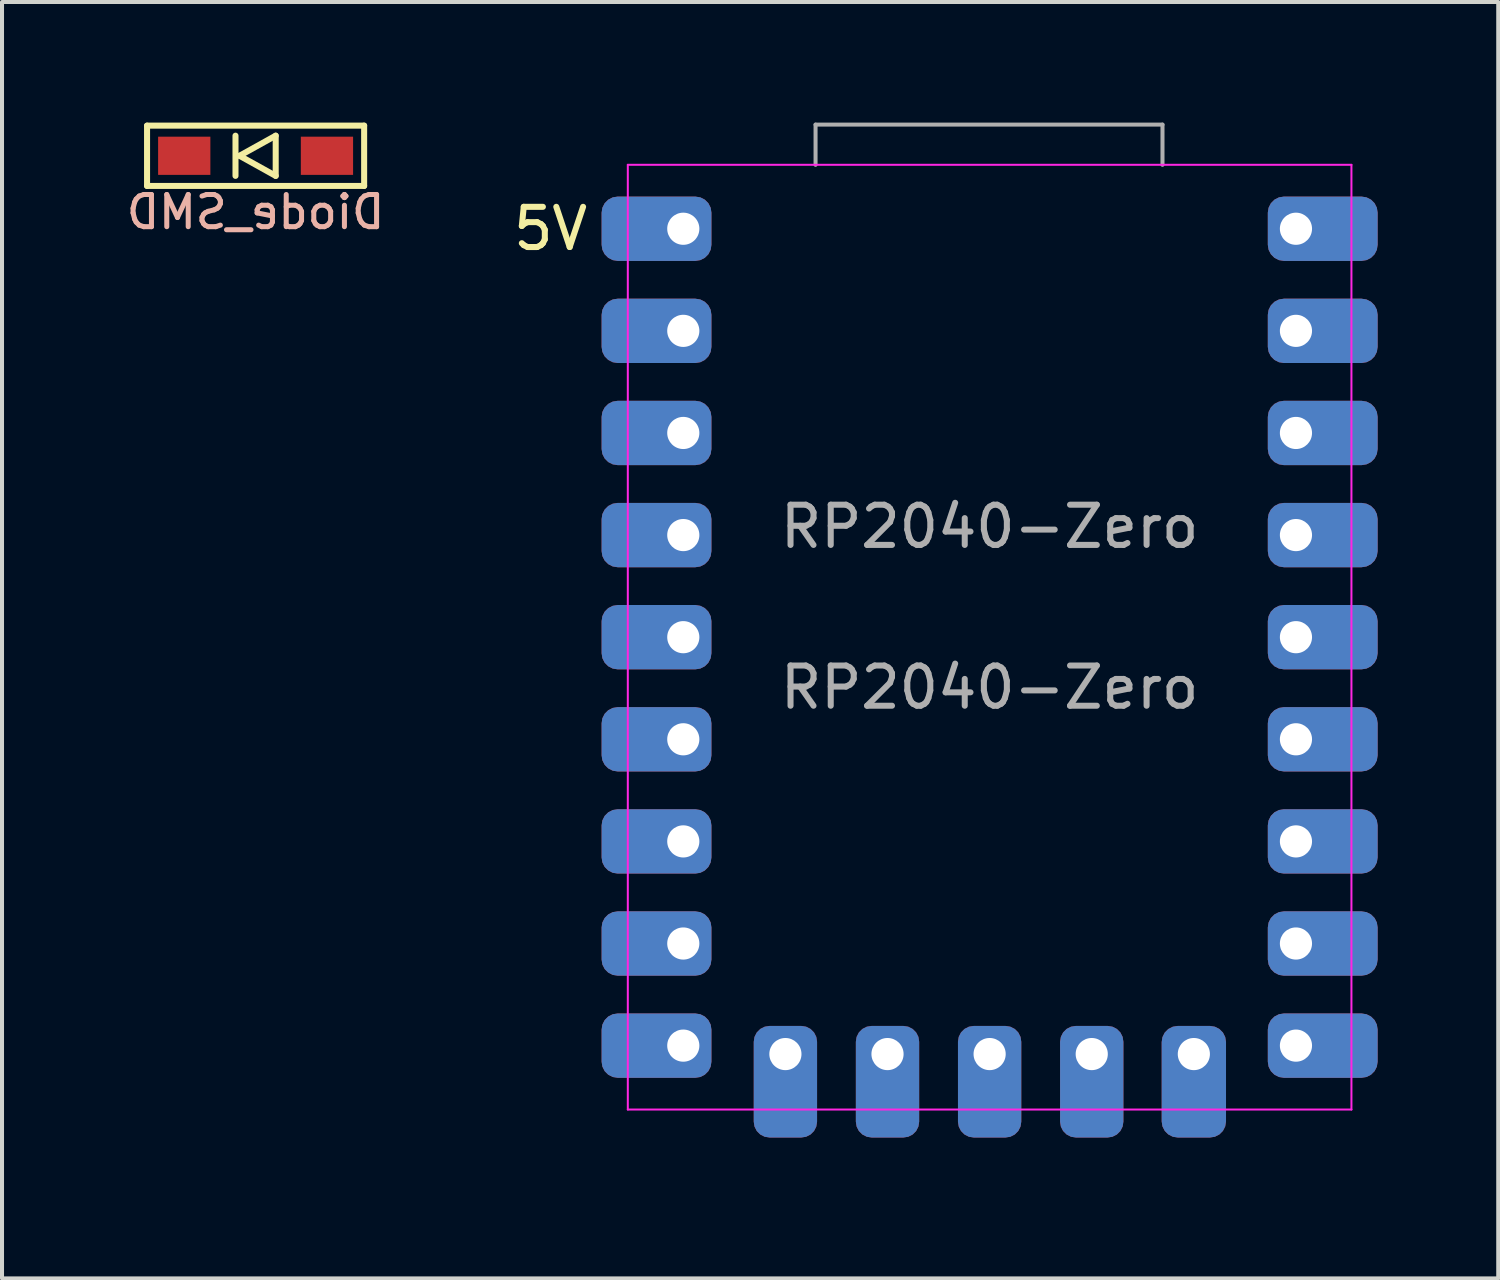
<source format=kicad_pcb>
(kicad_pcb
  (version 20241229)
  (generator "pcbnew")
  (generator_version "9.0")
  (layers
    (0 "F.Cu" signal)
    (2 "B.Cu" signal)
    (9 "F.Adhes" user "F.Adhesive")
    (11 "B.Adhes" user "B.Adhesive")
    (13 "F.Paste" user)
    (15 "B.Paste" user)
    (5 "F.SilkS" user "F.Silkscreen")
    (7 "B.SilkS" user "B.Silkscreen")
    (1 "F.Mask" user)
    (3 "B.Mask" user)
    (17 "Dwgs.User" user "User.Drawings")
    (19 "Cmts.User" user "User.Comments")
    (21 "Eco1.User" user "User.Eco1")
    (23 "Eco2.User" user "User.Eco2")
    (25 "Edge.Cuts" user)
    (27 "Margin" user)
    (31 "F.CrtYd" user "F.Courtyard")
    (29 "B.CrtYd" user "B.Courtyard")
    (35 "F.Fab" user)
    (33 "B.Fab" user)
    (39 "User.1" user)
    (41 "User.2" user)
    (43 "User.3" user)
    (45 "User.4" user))
  (footprint "Diode_SMD"
    (layer "F.Cu")
    (at 3.308 0.825)
    (property "Reference" "Diode_SMD" (at 0 1.4 0) (layer "B.SilkS") (effects (font (size 0.8 0.8) (thickness 0.125)) (justify mirror)))
    (attr smd)
    (fp_line (start -2.7 -0.75) (end -2.7 0.75) (stroke (width 0.15) (type solid)) (layer "F.SilkS"))
    (fp_line (start -2.7 0.75) (end 2.7 0.75) (stroke (width 0.15) (type solid)) (layer "F.SilkS"))
    (fp_line (start -0.5 -0.5) (end -0.5 0.5) (stroke (width 0.15) (type solid)) (layer "F.SilkS"))
    (fp_line (start -0.4 0) (end 0.5 -0.5) (stroke (width 0.15) (type solid)) (layer "F.SilkS"))
    (fp_line (start 0.5 -0.5) (end 0.5 0.5) (stroke (width 0.15) (type solid)) (layer "F.SilkS"))
    (fp_line (start 0.5 0.5) (end -0.4 0) (stroke (width 0.15) (type solid)) (layer "F.SilkS"))
    (fp_line (start 2.7 -0.75) (end -2.7 -0.75) (stroke (width 0.15) (type solid)) (layer "F.SilkS"))
    (fp_line (start 2.7 0.75) (end 2.7 -0.75) (stroke (width 0.15) (type solid)) (layer "F.SilkS"))
    (pad "1" smd rect (at -1.775 0) (size 1.3 0.95) (layers "F.Cu" "F.Mask" "F.Paste"))
    (pad "2" smd rect (at 1.775 0) (size 1.3 0.95) (layers "F.Cu" "F.Mask" "F.Paste")))
  (footprint "RP2040-Zero"
    (layer "F.Cu")
    (at 11.407 25.5)
    (property "Reference" "RP2040-Zero" (at 10.16 -15.45 0) (unlocked yes) (layer "F.Fab") (effects (font (size 1 1) (thickness 0.15))))
    (attr through_hole)
    (fp_line (start 1.16 -24.45) (end 19.16 -24.45) (stroke (width 0.05) (type solid)) (layer "F.CrtYd"))
    (fp_line (start 1.16 -0.95) (end 1.16 -24.45) (stroke (width 0.05) (type solid)) (layer "F.CrtYd"))
    (fp_line (start 19.16 -24.45) (end 19.16 -0.95) (stroke (width 0.05) (type solid)) (layer "F.CrtYd"))
    (fp_line (start 19.16 -0.95) (end 1.16 -0.95) (stroke (width 0.05) (type solid)) (layer "F.CrtYd"))
    (fp_line (start 5.83 -25.45) (end 5.83 -24.45) (stroke (width 0.1) (type solid)) (layer "F.Fab"))
    (fp_line (start 5.83 -25.45) (end 14.46 -25.45) (stroke (width 0.1) (type solid)) (layer "F.Fab"))
    (fp_line (start 14.46 -25.45) (end 14.46 -24.45) (stroke (width 0.1) (type solid)) (layer "F.Fab"))
    (fp_text user "5V" (at -0.762 -22.86 0) (unlocked yes) (layer "F.SilkS") (effects (font (size 1 1) (thickness 0.15))))
    (fp_text user "${REFERENCE}" (at 10.16 -11.45 0) (unlocked yes) (layer "F.Fab") (effects (font (size 1 1) (thickness 0.15))))
    (pad "" smd circle (at 2.54 -22.86) (size 1.219 1.219) (layers "B.Adhes"))
    (pad "" smd circle (at 2.54 -20.32) (size 1.219 1.219) (layers "B.Adhes"))
    (pad "" smd circle (at 2.54 -17.78) (size 1.219 1.219) (layers "B.Adhes"))
    (pad "" smd circle (at 2.54 -15.24) (size 1.219 1.219) (layers "B.Adhes"))
    (pad "" smd circle (at 2.54 -12.7) (size 1.219 1.219) (layers "B.Adhes"))
    (pad "" smd circle (at 2.54 -10.16) (size 1.219 1.219) (layers "B.Adhes"))
    (pad "" smd circle (at 2.54 -7.62) (size 1.223 1.223) (layers "B.Adhes"))
    (pad "" smd circle (at 2.54 -5.08) (size 1.219 1.219) (layers "B.Adhes"))
    (pad "" smd circle (at 2.54 -2.54) (size 1.223 1.223) (layers "B.Adhes"))
    (pad "" smd circle (at 5.08 -2.337) (size 1.219 1.219) (layers "B.Adhes"))
    (pad "" smd circle (at 7.62 -2.337) (size 1.219 1.219) (layers "B.Adhes"))
    (pad "" smd circle (at 10.16 -2.337) (size 1.219 1.219) (layers "B.Adhes"))
    (pad "" smd circle (at 12.7 -2.337) (size 1.219 1.219) (layers "B.Adhes"))
    (pad "" smd circle (at 15.24 -2.337) (size 1.219 1.219) (layers "B.Adhes"))
    (pad "" smd circle (at 17.78 -22.86) (size 1.219 1.219) (layers "B.Adhes"))
    (pad "" smd circle (at 17.78 -20.32) (size 1.219 1.219) (layers "B.Adhes"))
    (pad "" smd circle (at 17.78 -17.78) (size 1.219 1.219) (layers "B.Adhes"))
    (pad "" smd circle (at 17.78 -15.24) (size 1.219 1.219) (layers "B.Adhes"))
    (pad "" smd circle (at 17.78 -12.7) (size 1.219 1.219) (layers "B.Adhes"))
    (pad "" smd circle (at 17.78 -10.16) (size 1.219 1.219) (layers "B.Adhes"))
    (pad "" smd circle (at 17.78 -7.62) (size 1.219 1.219) (layers "B.Adhes"))
    (pad "" smd circle (at 17.78 -5.08) (size 1.219 1.219) (layers "B.Adhes"))
    (pad "" smd circle (at 17.78 -2.54) (size 1.219 1.219) (layers "B.Adhes"))
    (pad "1" thru_hole roundrect (at 17.78 -22.86) (size 2.732 1.6) (drill 0.8 (offset 0.666 0)) (layers "*.Cu" "*.Mask") (remove_unused_layers yes) (keep_end_layers yes) (zone_layer_connections) (roundrect_rratio 0.25))
    (pad "2" thru_hole roundrect (at 17.78 -20.32) (size 2.732 1.6) (drill 0.8 (offset 0.666 0)) (layers "*.Cu" "*.Mask") (remove_unused_layers yes) (keep_end_layers yes) (zone_layer_connections) (roundrect_rratio 0.25))
    (pad "3" thru_hole roundrect (at 17.78 -17.78) (size 2.732 1.6) (drill 0.8 (offset 0.666 0)) (layers "*.Cu" "*.Mask") (remove_unused_layers yes) (keep_end_layers yes) (zone_layer_connections) (roundrect_rratio 0.25))
    (pad "4" thru_hole roundrect (at 17.78 -15.24) (size 2.732 1.6) (drill 0.8 (offset 0.666 0)) (layers "*.Cu" "*.Mask") (remove_unused_layers yes) (keep_end_layers yes) (zone_layer_connections) (roundrect_rratio 0.25))
    (pad "5" thru_hole roundrect (at 17.78 -12.7) (size 2.732 1.6) (drill 0.8 (offset 0.666 0)) (layers "*.Cu" "*.Mask") (remove_unused_layers yes) (keep_end_layers yes) (zone_layer_connections) (roundrect_rratio 0.25))
    (pad "6" thru_hole roundrect (at 17.78 -10.16) (size 2.732 1.6) (drill 0.8 (offset 0.666 0)) (layers "*.Cu" "*.Mask") (remove_unused_layers yes) (keep_end_layers yes) (zone_layer_connections) (roundrect_rratio 0.25))
    (pad "7" thru_hole roundrect (at 17.78 -7.62) (size 2.732 1.6) (drill 0.8 (offset 0.666 0)) (layers "*.Cu" "*.Mask") (remove_unused_layers yes) (keep_end_layers yes) (zone_layer_connections) (roundrect_rratio 0.25))
    (pad "8" thru_hole roundrect (at 17.78 -5.08) (size 2.732 1.6) (drill 0.8 (offset 0.666 0)) (layers "*.Cu" "*.Mask") (remove_unused_layers yes) (keep_end_layers yes) (zone_layer_connections) (roundrect_rratio 0.25))
    (pad "9" thru_hole roundrect (at 17.78 -2.54) (size 2.732 1.6) (drill 0.8 (offset 0.666 0)) (layers "*.Cu" "*.Mask") (remove_unused_layers yes) (keep_end_layers yes) (zone_layer_connections) (roundrect_rratio 0.25))
    (pad "10" thru_hole roundrect (at 15.24 -2.33) (size 1.6 2.776) (drill 0.8 (offset 0 0.688)) (layers "*.Cu" "*.Mask") (remove_unused_layers yes) (keep_end_layers yes) (zone_layer_connections) (roundrect_rratio 0.25))
    (pad "11" thru_hole roundrect (at 12.7 -2.33) (size 1.575 2.776) (drill 0.8 (offset 0 0.688)) (layers "*.Cu" "*.Mask") (remove_unused_layers yes) (keep_end_layers yes) (zone_layer_connections) (roundrect_rratio 0.25))
    (pad "12" thru_hole roundrect (at 10.16 -2.33) (size 1.575 2.776) (drill 0.8 (offset 0 0.688)) (layers "*.Cu" "*.Mask") (remove_unused_layers yes) (keep_end_layers yes) (zone_layer_connections) (roundrect_rratio 0.25))
    (pad "13" thru_hole roundrect (at 7.62 -2.33) (size 1.575 2.776) (drill 0.8 (offset 0 0.688)) (layers "*.Cu" "*.Mask") (remove_unused_layers yes) (keep_end_layers yes) (zone_layer_connections) (roundrect_rratio 0.25))
    (pad "14" thru_hole roundrect (at 5.08 -2.33) (size 1.575 2.776) (drill 0.8 (offset 0 0.688)) (layers "*.Cu" "*.Mask") (remove_unused_layers yes) (keep_end_layers yes) (zone_layer_connections) (roundrect_rratio 0.25))
    (pad "15" thru_hole roundrect (at 2.54 -2.54) (size 2.732 1.6) (drill 0.8 (offset -0.666 0)) (layers "*.Cu" "*.Mask") (remove_unused_layers yes) (keep_end_layers yes) (zone_layer_connections) (roundrect_rratio 0.25))
    (pad "16" thru_hole roundrect (at 2.54 -5.08) (size 2.732 1.6) (drill 0.8 (offset -0.666 0)) (layers "*.Cu" "*.Mask") (remove_unused_layers yes) (keep_end_layers yes) (zone_layer_connections) (roundrect_rratio 0.25))
    (pad "17" thru_hole roundrect (at 2.54 -7.62) (size 2.732 1.6) (drill 0.8 (offset -0.666 0)) (layers "*.Cu" "*.Mask") (remove_unused_layers yes) (keep_end_layers yes) (zone_layer_connections) (roundrect_rratio 0.25))
    (pad "18" thru_hole roundrect (at 2.54 -10.16) (size 2.732 1.6) (drill 0.8 (offset -0.666 0)) (layers "*.Cu" "*.Mask") (remove_unused_layers yes) (keep_end_layers yes) (zone_layer_connections) (roundrect_rratio 0.25))
    (pad "19" thru_hole roundrect (at 2.54 -12.7) (size 2.732 1.6) (drill 0.8 (offset -0.666 0)) (layers "*.Cu" "*.Mask") (remove_unused_layers yes) (keep_end_layers yes) (zone_layer_connections) (roundrect_rratio 0.25))
    (pad "20" thru_hole roundrect (at 2.54 -15.24) (size 2.732 1.6) (drill 0.8 (offset -0.666 0)) (layers "*.Cu" "*.Mask") (remove_unused_layers yes) (keep_end_layers yes) (zone_layer_connections) (roundrect_rratio 0.25))
    (pad "21" thru_hole roundrect (at 2.54 -17.78) (size 2.732 1.6) (drill 0.8 (offset -0.666 0)) (layers "*.Cu" "*.Mask") (remove_unused_layers yes) (keep_end_layers yes) (zone_layer_connections) (roundrect_rratio 0.25))
    (pad "22" thru_hole roundrect (at 2.54 -20.32) (size 2.732 1.6) (drill 0.8 (offset -0.666 0)) (layers "*.Cu" "*.Mask") (remove_unused_layers yes) (keep_end_layers yes) (zone_layer_connections) (roundrect_rratio 0.25))
    (pad "23" thru_hole roundrect (at 2.54 -22.86) (size 2.732 1.6) (drill 0.8 (offset -0.666 0)) (layers "*.Cu" "*.Mask") (remove_unused_layers yes) (keep_end_layers yes) (zone_layer_connections) (roundrect_rratio 0.25)))
  (gr_rect
    (start -3 -3)
    (end 34.219 28.75)
    (stroke (width 0.1) (type default))
    (fill no)
    (layer "Edge.Cuts")))
</source>
